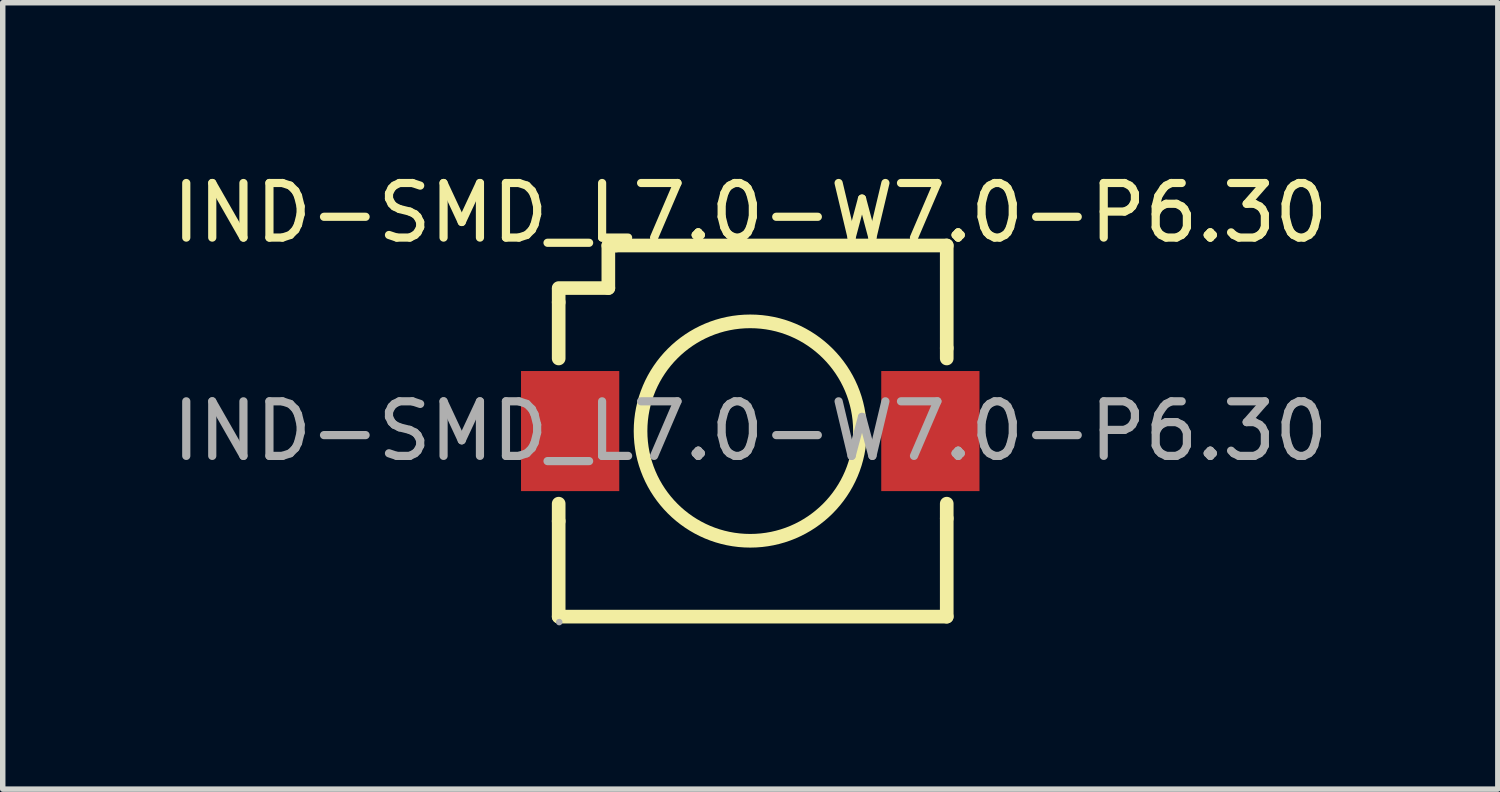
<source format=kicad_pcb>
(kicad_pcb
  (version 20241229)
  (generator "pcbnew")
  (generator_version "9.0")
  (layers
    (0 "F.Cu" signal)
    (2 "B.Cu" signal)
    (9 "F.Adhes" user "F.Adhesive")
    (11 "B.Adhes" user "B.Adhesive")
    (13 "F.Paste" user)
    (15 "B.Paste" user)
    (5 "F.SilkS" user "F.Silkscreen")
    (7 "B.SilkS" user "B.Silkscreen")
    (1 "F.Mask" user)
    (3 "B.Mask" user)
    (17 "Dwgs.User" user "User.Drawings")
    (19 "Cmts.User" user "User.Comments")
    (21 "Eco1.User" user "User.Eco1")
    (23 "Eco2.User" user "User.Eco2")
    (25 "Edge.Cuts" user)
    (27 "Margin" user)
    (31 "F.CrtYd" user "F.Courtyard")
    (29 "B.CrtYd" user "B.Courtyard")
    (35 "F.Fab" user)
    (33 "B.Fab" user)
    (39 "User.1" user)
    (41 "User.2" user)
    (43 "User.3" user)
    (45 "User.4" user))
  (footprint "IND-SMD_L7.0-W7.0-P6.30"
    (layer "F.Cu")
    (at 10.696 4.848)
    (property "Reference" "IND-SMD_L7.0-W7.0-P6.30" (at 0 -4 0) (layer "F.SilkS") (effects (font (size 1 1) (thickness 0.15))))
    (attr through_hole)
    (fp_line (start -3.51 -2.36) (end -3.51 -2.6) (stroke (width 0.25) (type solid)) (layer "F.SilkS"))
    (fp_line (start -3.51 -2.36) (end -3.51 -1.33) (stroke (width 0.25) (type solid)) (layer "F.SilkS"))
    (fp_line (start -3.51 1.33) (end -3.51 1.65) (stroke (width 0.25) (type solid)) (layer "F.SilkS"))
    (fp_line (start -3.51 3.4) (end -3.51 1.65) (stroke (width 0.25) (type solid)) (layer "F.SilkS"))
    (fp_line (start -2.6 -3.4) (end -2.46 -3.4) (stroke (width 0.25) (type solid)) (layer "F.SilkS"))
    (fp_line (start -2.6 -2.62) (end -3.51 -2.62) (stroke (width 0.25) (type solid)) (layer "F.SilkS"))
    (fp_line (start -2.6 -2.62) (end -2.6 -3.4) (stroke (width 0.25) (type solid)) (layer "F.SilkS"))
    (fp_line (start -2.46 -3.4) (end 3.6 -3.4) (stroke (width 0.25) (type solid)) (layer "F.SilkS"))
    (fp_line (start 3.6 -3.4) (end 3.6 -1.52) (stroke (width 0.25) (type solid)) (layer "F.SilkS"))
    (fp_line (start 3.6 -1.33) (end 3.6 -1.52) (stroke (width 0.25) (type solid)) (layer "F.SilkS"))
    (fp_line (start 3.6 1.6) (end 3.6 1.33) (stroke (width 0.25) (type solid)) (layer "F.SilkS"))
    (fp_line (start 3.6 1.6) (end 3.6 3.4) (stroke (width 0.25) (type solid)) (layer "F.SilkS"))
    (fp_line (start 3.6 3.4) (end -3.51 3.4) (stroke (width 0.25) (type solid)) (layer "F.SilkS"))
    (fp_circle (center 0 0) (end 2.01 0) (stroke (width 0.25) (type solid)) (fill no) (layer "F.SilkS"))
    (fp_circle (center -3.5 3.5) (end -3.47 3.5) (stroke (width 0.06) (type solid)) (fill no) (layer "F.Fab"))
    (fp_text user "${REFERENCE}" (at 0 0 0) (layer "F.Fab") (effects (font (size 1 1) (thickness 0.15))))
    (pad "1" smd rect (at -3.3 0) (size 1.8 2.2) (layers "F.Cu" "F.Mask" "F.Paste"))
    (pad "2" smd rect (at 3.3 0) (size 1.8 2.2) (layers "F.Cu" "F.Mask" "F.Paste")))
  (gr_rect
    (start -3 -3)
    (end 24.393 11.408)
    (stroke (width 0.1) (type default))
    (fill no)
    (layer "Edge.Cuts")))
</source>
